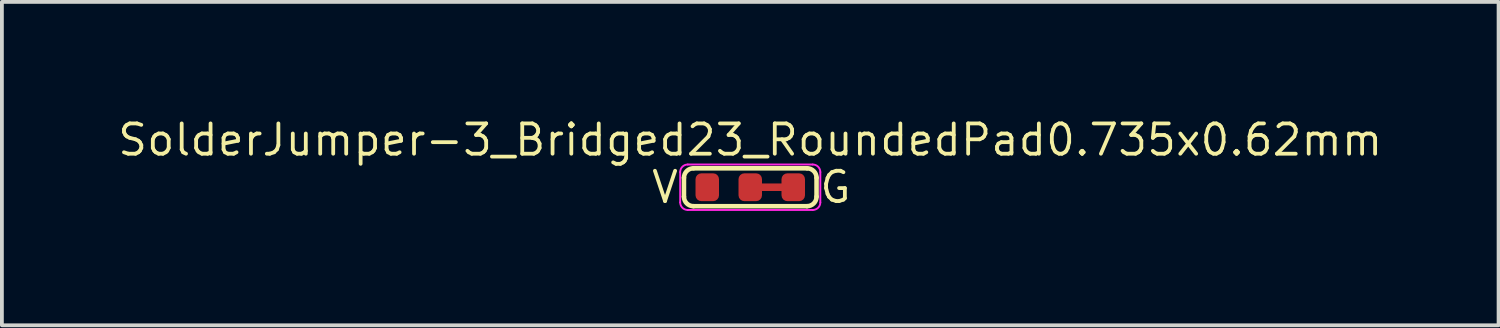
<source format=kicad_pcb>
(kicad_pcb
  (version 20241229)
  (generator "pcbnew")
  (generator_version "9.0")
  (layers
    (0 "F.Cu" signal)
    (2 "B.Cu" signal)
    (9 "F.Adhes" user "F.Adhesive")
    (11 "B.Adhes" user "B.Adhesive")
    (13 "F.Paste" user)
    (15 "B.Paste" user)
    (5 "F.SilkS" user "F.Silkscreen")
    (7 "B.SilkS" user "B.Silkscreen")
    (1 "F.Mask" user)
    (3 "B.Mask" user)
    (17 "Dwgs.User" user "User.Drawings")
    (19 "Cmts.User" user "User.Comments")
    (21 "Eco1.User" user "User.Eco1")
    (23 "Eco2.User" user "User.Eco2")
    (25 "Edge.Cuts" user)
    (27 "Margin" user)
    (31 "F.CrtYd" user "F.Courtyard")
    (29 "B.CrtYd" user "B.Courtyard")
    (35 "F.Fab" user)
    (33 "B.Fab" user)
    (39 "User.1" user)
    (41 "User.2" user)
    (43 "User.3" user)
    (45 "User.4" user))
  (footprint "SolderJumper-3_Bridged23_RoundedPad0.735x0.62mm"
    (layer "F.Cu")
    (at 16.756 1.893)
    (property "Reference" "SolderJumper-3_Bridged23_RoundedPad0.735x0.62mm" (at 0 -1.25 0) (layer "F.SilkS") (effects (font (size 0.8 0.8) (thickness 0.1))))
    (attr exclude_from_pos_files exclude_from_bom)
    (fp_line (start 0 0) (end 1.135 0) (stroke (width 0.2) (type default)) (layer "F.Cu"))
    (fp_line (start -1.75 -0.25) (end -1.75 0.25) (stroke (width 0.12) (type default)) (layer "F.SilkS"))
    (fp_line (start -1.5 -0.5) (end 1.5 -0.5) (stroke (width 0.12) (type solid)) (layer "F.SilkS"))
    (fp_line (start -1.5 0.5) (end 1.5 0.5) (stroke (width 0.12) (type solid)) (layer "F.SilkS"))
    (fp_line (start 1.75 -0.25) (end 1.75 0.25) (stroke (width 0.12) (type default)) (layer "F.SilkS"))
    (fp_arc (start -1.75 -0.25) (mid -1.676777 -0.426777) (end -1.5 -0.5) (stroke (width 0.12) (type default)) (layer "F.SilkS"))
    (fp_arc (start -1.5 0.5) (mid -1.676777 0.426777) (end -1.75 0.25) (stroke (width 0.12) (type default)) (layer "F.SilkS"))
    (fp_arc (start 1.5 -0.5) (mid 1.676777 -0.426777) (end 1.75 -0.25) (stroke (width 0.12) (type default)) (layer "F.SilkS"))
    (fp_arc (start 1.75 0.25) (mid 1.676777 0.426777) (end 1.5 0.5) (stroke (width 0.12) (type default)) (layer "F.SilkS"))
    (fp_line (start -1.85 -0.4) (end -1.85 0.4) (stroke (width 0.05) (type solid)) (layer "F.CrtYd"))
    (fp_line (start -1.65 -0.6) (end 1.65 -0.6) (stroke (width 0.05) (type solid)) (layer "F.CrtYd"))
    (fp_line (start 1.65 0.6) (end -1.65 0.6) (stroke (width 0.05) (type solid)) (layer "F.CrtYd"))
    (fp_line (start 1.85 0.4) (end 1.85 -0.4) (stroke (width 0.05) (type solid)) (layer "F.CrtYd"))
    (fp_arc (start -1.85 -0.4) (mid -1.791421 -0.541421) (end -1.65 -0.6) (stroke (width 0.05) (type default)) (layer "F.CrtYd"))
    (fp_arc (start -1.65 0.6) (mid -1.791421 0.541421) (end -1.85 0.4) (stroke (width 0.05) (type default)) (layer "F.CrtYd"))
    (fp_arc (start 1.65 -0.6) (mid 1.791421 -0.541421) (end 1.85 -0.4) (stroke (width 0.05) (type default)) (layer "F.CrtYd"))
    (fp_arc (start 1.85 0.4) (mid 1.791421 0.541421) (end 1.65 0.6) (stroke (width 0.05) (type default)) (layer "F.CrtYd"))
    (fp_text user "G" (at 2.25 0 0) (layer "F.SilkS") (effects (font (size 0.8 0.8) (thickness 0.1))))
    (fp_text user "V" (at -2.25 0 0) (layer "F.SilkS") (effects (font (size 0.8 0.8) (thickness 0.1))))
    (pad "1" smd roundrect (at -1.135 0) (size 0.62 0.735) (layers "F.Cu" "F.Mask") (roundrect_rratio 0.25))
    (pad "2" smd roundrect (at 0 0) (size 0.62 0.735) (layers "F.Cu" "F.Mask") (roundrect_rratio 0.25))
    (pad "3" smd roundrect (at 1.135 0) (size 0.62 0.735) (layers "F.Cu" "F.Mask") (roundrect_rratio 0.25)))
  (gr_rect
    (start -3 -3)
    (end 36.511 5.537)
    (stroke (width 0.1) (type default))
    (fill no)
    (layer "Edge.Cuts")))
</source>
